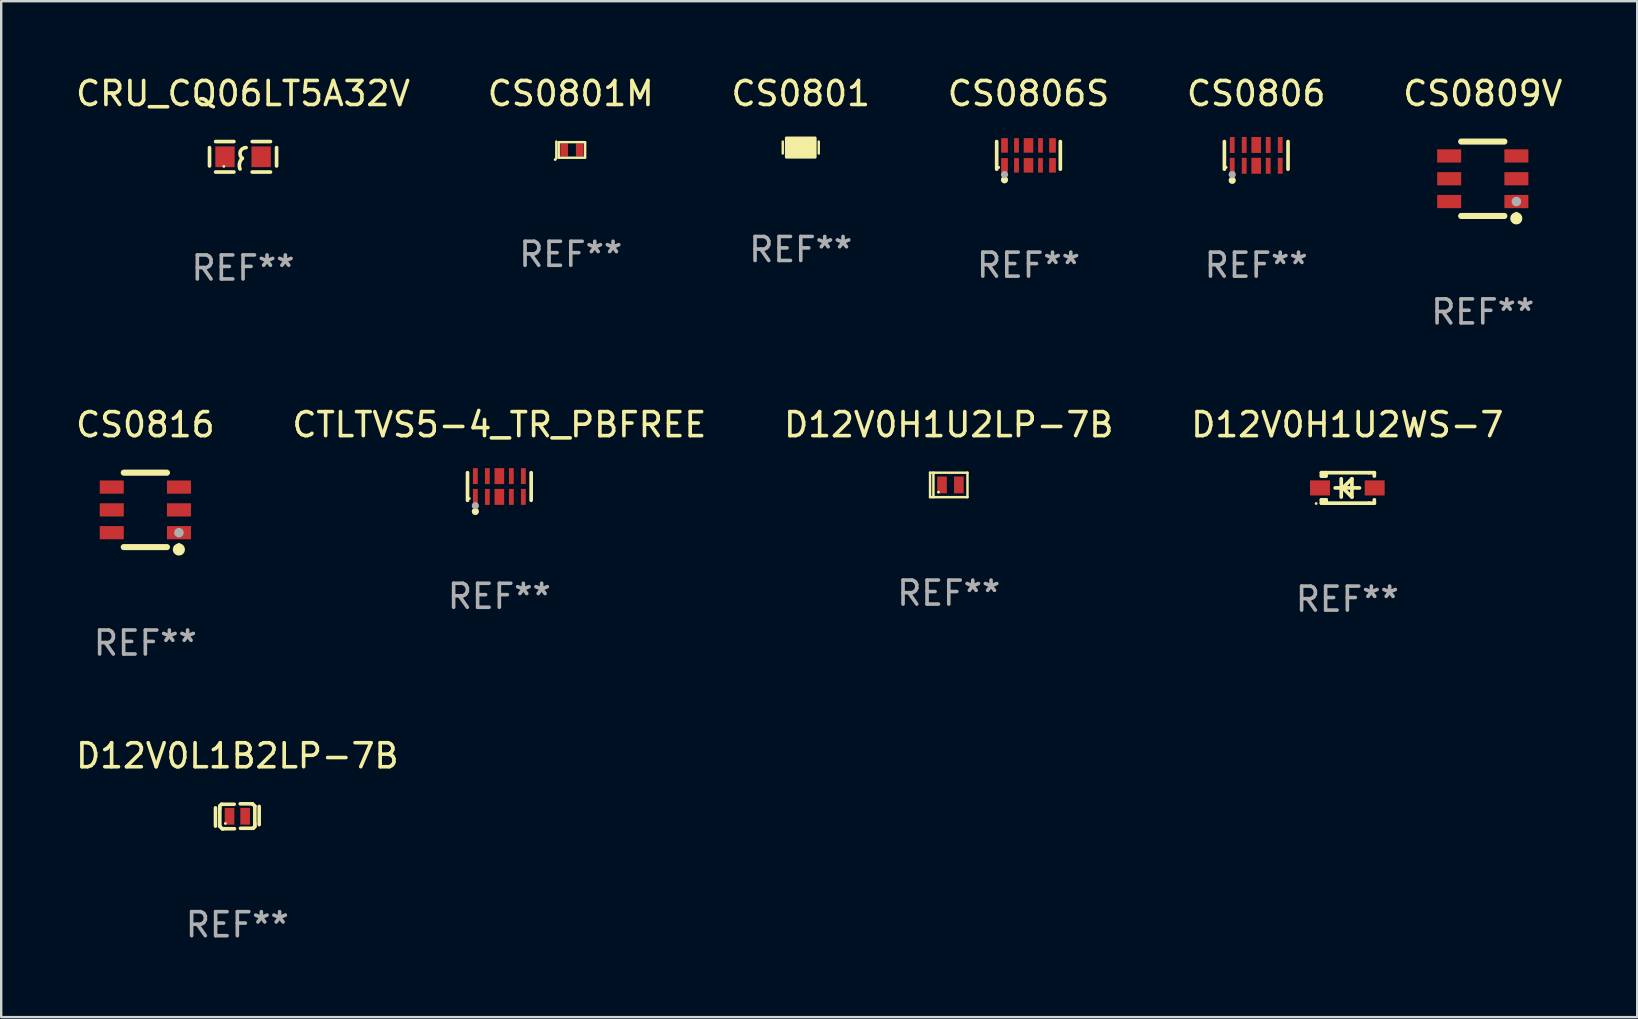
<source format=kicad_pcb>
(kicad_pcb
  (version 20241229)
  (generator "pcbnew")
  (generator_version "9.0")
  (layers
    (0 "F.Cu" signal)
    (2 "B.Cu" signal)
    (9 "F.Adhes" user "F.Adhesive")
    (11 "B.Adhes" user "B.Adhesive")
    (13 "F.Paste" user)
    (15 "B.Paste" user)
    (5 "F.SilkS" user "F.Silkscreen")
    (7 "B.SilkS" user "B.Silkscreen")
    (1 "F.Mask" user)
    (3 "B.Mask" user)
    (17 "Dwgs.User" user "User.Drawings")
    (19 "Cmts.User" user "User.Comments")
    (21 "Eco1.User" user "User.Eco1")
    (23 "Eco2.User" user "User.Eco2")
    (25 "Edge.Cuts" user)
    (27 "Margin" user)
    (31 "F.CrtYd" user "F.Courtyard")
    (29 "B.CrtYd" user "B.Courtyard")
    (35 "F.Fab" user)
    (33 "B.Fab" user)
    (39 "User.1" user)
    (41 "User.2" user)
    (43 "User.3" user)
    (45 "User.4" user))
  (footprint "CS0806S"
    (layer "F.Cu")
    (at 39.804 3.424)
    (property "Reference" "CS0806S" (at 0 -2.576 0) (layer "F.SilkS") (effects (font (size 1 1) (thickness 0.15))))
    (attr through_hole)
    (fp_line (start -1.326 0.576) (end -1.326 -0.576) (stroke (width 0.152) (type solid)) (layer "F.SilkS"))
    (fp_line (start 1.326 0.576) (end 1.326 -0.576) (stroke (width 0.152) (type solid)) (layer "F.SilkS"))
    (fp_circle (center -1.25 0.5) (end -1.22 0.5) (stroke (width 0.06) (type solid)) (fill no) (layer "F.SilkS"))
    (fp_circle (center -1.25 0.5) (end -1.22 0.5) (stroke (width 0.06) (type solid)) (fill no) (layer "F.SilkS"))
    (fp_circle (center -1 1.018) (end -0.925 1.018) (stroke (width 0.15) (type solid)) (fill no) (layer "F.SilkS"))
    (fp_circle (center -1 0.8) (end -0.925 0.8) (stroke (width 0.15) (type solid)) (fill no) (layer "F.Fab"))
    (fp_text user "REF**" (at 0 4.576 0) (layer "F.Fab") (effects (font (size 1 1) (thickness 0.15))))
    (pad "1" smd rect (at -1 0.415) (size 0.28 0.605) (layers "F.Cu" "F.Mask" "F.Paste"))
    (pad "2" smd rect (at -0.5 0.415) (size 0.2 0.605) (layers "F.Cu" "F.Mask" "F.Paste"))
    (pad "3" smd rect (at 0 0.415) (size 0.4 0.605) (layers "F.Cu" "F.Mask" "F.Paste"))
    (pad "4" smd rect (at 0.5 0.415) (size 0.2 0.605) (layers "F.Cu" "F.Mask" "F.Paste"))
    (pad "5" smd rect (at 1 0.415) (size 0.28 0.605) (layers "F.Cu" "F.Mask" "F.Paste"))
    (pad "6" smd rect (at 1 -0.415) (size 0.28 0.605) (layers "F.Cu" "F.Mask" "F.Paste"))
    (pad "7" smd rect (at 0.5 -0.415) (size 0.2 0.605) (layers "F.Cu" "F.Mask" "F.Paste"))
    (pad "8" smd rect (at 0 -0.415) (size 0.4 0.605) (layers "F.Cu" "F.Mask" "F.Paste"))
    (pad "9" smd rect (at -0.5 -0.415) (size 0.2 0.605) (layers "F.Cu" "F.Mask" "F.Paste"))
    (pad "10" smd rect (at -1 -0.415) (size 0.28 0.605) (layers "F.Cu" "F.Mask" "F.Paste")))
  (footprint "CRU_CQ06LT5A32V"
    (layer "F.Cu")
    (at 7.077 3.483)
    (property "Reference" "CRU_CQ06LT5A32V" (at 0 -2.635 0) (layer "F.SilkS") (effects (font (size 1 1) (thickness 0.15))))
    (attr through_hole)
    (fp_line (start -1.397 -0.381) (end -1.397 0.381) (stroke (width 0.152) (type solid)) (layer "F.SilkS"))
    (fp_line (start -0.381 -0.635) (end -1.143 -0.635) (stroke (width 0.152) (type solid)) (layer "F.SilkS"))
    (fp_line (start -0.381 0.635) (end -1.143 0.635) (stroke (width 0.152) (type solid)) (layer "F.SilkS"))
    (fp_line (start 0.381 -0.635) (end 1.143 -0.635) (stroke (width 0.152) (type solid)) (layer "F.SilkS"))
    (fp_line (start 0.381 0.635) (end 1.143 0.635) (stroke (width 0.152) (type solid)) (layer "F.SilkS"))
    (fp_line (start 1.397 -0.381) (end 1.397 0.381) (stroke (width 0.152) (type solid)) (layer "F.SilkS"))
    (fp_arc (start -0.127 0.508001) (mid -0.146523 0.271131) (end -0.030861 0.0635) (stroke (width 0.151994) (type solid)) (layer "F.SilkS"))
    (fp_arc (start -0.03175 0.0635) (mid -0.113571 -0.216321) (end 0.127001 -0.381002) (stroke (width 0.151994) (type solid)) (layer "F.SilkS"))
    (fp_circle (center -0.8 0.4) (end -0.77 0.4) (stroke (width 0.06) (type solid)) (fill no) (layer "F.SilkS"))
    (fp_text user "REF**" (at 0 4.635 0) (layer "F.Fab") (effects (font (size 1 1) (thickness 0.15))))
    (pad "1" smd rect (at -0.753 0) (size 0.806 0.864) (layers "F.Cu" "F.Mask" "F.Paste"))
    (pad "2" smd rect (at 0.753 0) (size 0.806 0.864) (layers "F.Cu" "F.Mask" "F.Paste")))
  (footprint "CS0801"
    (layer "F.Cu")
    (at 30.315 3.098)
    (property "Reference" "CS0801" (at 0 -2.25 0) (layer "F.SilkS") (effects (font (size 1 1) (thickness 0.15))))
    (attr through_hole)
    (fp_line (start -0.75 0.25) (end -0.75 -0.25) (stroke (width 0.1) (type solid)) (layer "F.SilkS"))
    (fp_line (start 0.75 -0.25) (end 0.75 0.25) (stroke (width 0.1) (type solid)) (layer "F.SilkS"))
    (fp_circle (center -0.5 0.3) (end -0.47 0.3) (stroke (width 0.06) (type solid)) (fill no) (layer "F.SilkS"))
    (fp_poly (pts (xy -0.6 -0.4) (xy 0.6 -0.4) (xy 0.6 0.4) (xy -0.6 0.4)) (stroke (width 0.12) (type solid)) (fill yes) (layer "F.SilkS"))
    (fp_text user "REF**" (at 0 4.25 0) (layer "F.Fab") (effects (font (size 1 1) (thickness 0.15))))
    (pad "1" smd rect (at -0.325 -0.000013) (size 0.3 0.6) (layers "F.Cu" "F.Mask" "F.Paste"))
    (pad "2" smd rect (at 0.325 -0.000013) (size 0.3 0.6) (layers "F.Cu" "F.Mask" "F.Paste")))
  (footprint "CS0809V"
    (layer "F.Cu")
    (at 58.732 4.398)
    (property "Reference" "CS0809V" (at 0 -3.55 0) (layer "F.SilkS") (effects (font (size 1 1) (thickness 0.15))))
    (attr through_hole)
    (fp_line (start -0.9 -1.55) (end 0.9 -1.55) (stroke (width 0.254) (type solid)) (layer "F.SilkS"))
    (fp_line (start -0.9 1.55) (end 0.9 1.55) (stroke (width 0.254) (type solid)) (layer "F.SilkS"))
    (fp_circle (center 1.397 1.651) (end 1.524 1.651) (stroke (width 0.254) (type solid)) (fill no) (layer "F.SilkS"))
    (fp_circle (center 1.4 1.435) (end 1.43 1.435) (stroke (width 0.06) (type solid)) (fill no) (layer "F.SilkS"))
    (fp_circle (center 1.4 0.95) (end 1.5 0.95) (stroke (width 0.2) (type solid)) (fill no) (layer "F.Fab"))
    (fp_text user "REF**" (at 0 5.55 0) (layer "F.Fab") (effects (font (size 1 1) (thickness 0.15))))
    (pad "1" smd rect (at 1.4 0.95) (size 1 0.55) (layers "F.Cu" "F.Mask" "F.Paste"))
    (pad "2" smd rect (at 1.4 -0.000102) (size 1 0.55) (layers "F.Cu" "F.Mask" "F.Paste"))
    (pad "3" smd rect (at 1.4 -0.95) (size 1 0.55) (layers "F.Cu" "F.Mask" "F.Paste"))
    (pad "4" smd rect (at -1.4 -0.95) (size 1 0.55) (layers "F.Cu" "F.Mask" "F.Paste"))
    (pad "5" smd rect (at -1.4 -0.000102) (size 1 0.55) (layers "F.Cu" "F.Mask" "F.Paste"))
    (pad "6" smd rect (at -1.4 0.95) (size 1 0.55) (layers "F.Cu" "F.Mask" "F.Paste")))
  (footprint "D12V0H1U2LP-7B"
    (layer "F.Cu")
    (at 36.482 17.155)
    (property "Reference" "D12V0H1U2LP-7B" (at 0 -2.51 0) (layer "F.SilkS") (effects (font (size 1 1) (thickness 0.15))))
    (attr through_hole)
    (fp_line (start -0.78 -0.51) (end -0.78 0.51) (stroke (width 0.102) (type solid)) (layer "F.SilkS"))
    (fp_line (start -0.78 -0.51) (end 0.78 -0.51) (stroke (width 0.102) (type solid)) (layer "F.SilkS"))
    (fp_line (start -0.78 0.51) (end 0.78 0.51) (stroke (width 0.102) (type solid)) (layer "F.SilkS"))
    (fp_line (start -0.64 -0.51) (end -0.64 0.51) (stroke (width 0.102) (type solid)) (layer "F.SilkS"))
    (fp_line (start 0.78 -0.51) (end 0.78 0.51) (stroke (width 0.102) (type solid)) (layer "F.SilkS"))
    (fp_circle (center -0.43 0.3) (end -0.4 0.3) (stroke (width 0.06) (type solid)) (fill no) (layer "F.SilkS"))
    (fp_text user "REF**" (at 0 4.51 0) (layer "F.Fab") (effects (font (size 1 1) (thickness 0.15))))
    (pad "1" smd rect (at -0.28 0) (size 0.4 0.7) (layers "F.Cu" "F.Mask" "F.Paste"))
    (pad "2" smd rect (at 0.42 0) (size 0.4 0.7) (layers "F.Cu" "F.Mask" "F.Paste")))
  (footprint "D12V0L1B2LP-7B"
    (layer "F.Cu")
    (at 6.839 30.961)
    (property "Reference" "D12V0L1B2LP-7B" (at 0 -2.52 0) (layer "F.SilkS") (effects (font (size 1 1) (thickness 0.15))))
    (attr through_hole)
    (fp_line (start -0.91 0.41) (end -0.91 -0.35) (stroke (width 0.15) (type solid)) (layer "F.SilkS"))
    (fp_line (start -0.73 -0.43) (end -0.66 -0.5) (stroke (width 0.15) (type solid)) (layer "F.SilkS"))
    (fp_line (start -0.73 -0.32) (end -0.73 -0.43) (stroke (width 0.15) (type solid)) (layer "F.SilkS"))
    (fp_line (start -0.73 0.42) (end -0.73 -0.32) (stroke (width 0.15) (type solid)) (layer "F.SilkS"))
    (fp_line (start -0.66 -0.5) (end -0.13 -0.5) (stroke (width 0.15) (type solid)) (layer "F.SilkS"))
    (fp_line (start -0.63 0.52) (end -0.73 0.42) (stroke (width 0.15) (type solid)) (layer "F.SilkS"))
    (fp_line (start -0.6 0.52) (end -0.63 0.52) (stroke (width 0.15) (type solid)) (layer "F.SilkS"))
    (fp_line (start -0.12 0.52) (end -0.6 0.52) (stroke (width 0.15) (type solid)) (layer "F.SilkS"))
    (fp_line (start 0.12 -0.52) (end 0.6 -0.52) (stroke (width 0.15) (type solid)) (layer "F.SilkS"))
    (fp_line (start 0.6 -0.52) (end 0.63 -0.52) (stroke (width 0.15) (type solid)) (layer "F.SilkS"))
    (fp_line (start 0.63 -0.52) (end 0.73 -0.42) (stroke (width 0.15) (type solid)) (layer "F.SilkS"))
    (fp_line (start 0.66 0.5) (end 0.13 0.5) (stroke (width 0.15) (type solid)) (layer "F.SilkS"))
    (fp_line (start 0.73 -0.42) (end 0.73 0.32) (stroke (width 0.15) (type solid)) (layer "F.SilkS"))
    (fp_line (start 0.73 0.32) (end 0.73 0.43) (stroke (width 0.15) (type solid)) (layer "F.SilkS"))
    (fp_line (start 0.73 0.43) (end 0.66 0.5) (stroke (width 0.15) (type solid)) (layer "F.SilkS"))
    (fp_line (start 0.91 -0.41) (end 0.91 0.35) (stroke (width 0.15) (type solid)) (layer "F.SilkS"))
    (fp_circle (center -0.5 0.3) (end -0.47 0.3) (stroke (width 0.06) (type solid)) (fill no) (layer "F.SilkS"))
    (fp_text user "REF**" (at 0 4.52 0) (layer "F.Fab") (effects (font (size 1 1) (thickness 0.15))))
    (pad "1" smd rect (at -0.325 0.000013) (size 0.4 0.7) (layers "F.Cu" "F.Mask" "F.Paste"))
    (pad "2" smd rect (at 0.325 0.000013) (size 0.4 0.7) (layers "F.Cu" "F.Mask" "F.Paste")))
  (footprint "CS0801M"
    (layer "F.Cu")
    (at 20.732 3.198)
    (property "Reference" "CS0801M" (at 0 -2.35 0) (layer "F.SilkS") (effects (font (size 1 1) (thickness 0.15))))
    (attr through_hole)
    (fp_line (start -0.601 -0.35) (end -0.601 0.35) (stroke (width 0.102) (type solid)) (layer "F.SilkS"))
    (fp_line (start -0.501 -0.325) (end 0.599 -0.325) (stroke (width 0.1) (type solid)) (layer "F.SilkS"))
    (fp_line (start -0.501 0.3) (end -0.502 -0.31) (stroke (width 0.1) (type solid)) (layer "F.SilkS"))
    (fp_line (start 0.599 0.325) (end -0.501 0.325) (stroke (width 0.1) (type solid)) (layer "F.SilkS"))
    (fp_line (start 0.599 0.3) (end 0.601 -0.31) (stroke (width 0.1) (type solid)) (layer "F.SilkS"))
    (fp_circle (center -0.651 0.401) (end -0.621 0.401) (stroke (width 0.06) (type solid)) (fill no) (layer "F.SilkS"))
    (fp_text user "REF**" (at 0 4.35 0) (layer "F.Fab") (effects (font (size 1 1) (thickness 0.15))))
    (pad "1" smd rect (at -0.275 -0.000013) (size 0.32 0.55) (layers "F.Cu" "F.Mask" "F.Paste"))
    (pad "2" smd rect (at 0.375 -0.000013) (size 0.32 0.55) (layers "F.Cu" "F.Mask" "F.Paste")))
  (footprint "CTLTVS5-4_TR_PBFREE"
    (layer "F.Cu")
    (at 17.756 17.221)
    (property "Reference" "CTLTVS5-4_TR_PBFREE" (at 0 -2.576 0) (layer "F.SilkS") (effects (font (size 1 1) (thickness 0.15))))
    (attr through_hole)
    (fp_line (start -1.326 0.576) (end -1.326 -0.576) (stroke (width 0.152) (type solid)) (layer "F.SilkS"))
    (fp_line (start 1.326 0.576) (end 1.326 -0.576) (stroke (width 0.152) (type solid)) (layer "F.SilkS"))
    (fp_circle (center -1.25 0.5) (end -1.22 0.5) (stroke (width 0.06) (type solid)) (fill no) (layer "F.SilkS"))
    (fp_circle (center -1 1.04) (end -0.925 1.04) (stroke (width 0.15) (type solid)) (fill no) (layer "F.SilkS"))
    (fp_circle (center -1 0.8) (end -0.925 0.8) (stroke (width 0.15) (type solid)) (fill no) (layer "F.Fab"))
    (fp_text user "REF**" (at 0 4.576 0) (layer "F.Fab") (effects (font (size 1 1) (thickness 0.15))))
    (pad "1" smd rect (at -1 0.433) (size 0.2 0.665) (layers "F.Cu" "F.Mask" "F.Paste"))
    (pad "2" smd rect (at -0.5 0.433) (size 0.2 0.665) (layers "F.Cu" "F.Mask" "F.Paste"))
    (pad "3" smd rect (at 0 0.433) (size 0.4 0.665) (layers "F.Cu" "F.Mask" "F.Paste"))
    (pad "4" smd rect (at 0.5 0.433) (size 0.2 0.665) (layers "F.Cu" "F.Mask" "F.Paste"))
    (pad "5" smd rect (at 1 0.433) (size 0.2 0.665) (layers "F.Cu" "F.Mask" "F.Paste"))
    (pad "6" smd rect (at 1 -0.433) (size 0.2 0.665) (layers "F.Cu" "F.Mask" "F.Paste"))
    (pad "7" smd rect (at 0.5 -0.433) (size 0.2 0.665) (layers "F.Cu" "F.Mask" "F.Paste"))
    (pad "8" smd rect (at 0 -0.433) (size 0.4 0.665) (layers "F.Cu" "F.Mask" "F.Paste"))
    (pad "9" smd rect (at -0.5 -0.433) (size 0.2 0.665) (layers "F.Cu" "F.Mask" "F.Paste"))
    (pad "10" smd rect (at -1 -0.433) (size 0.2 0.665) (layers "F.Cu" "F.Mask" "F.Paste")))
  (footprint "CS0816"
    (layer "F.Cu")
    (at 3.006 18.195)
    (property "Reference" "CS0816" (at 0 -3.55 0) (layer "F.SilkS") (effects (font (size 1 1) (thickness 0.15))))
    (attr through_hole)
    (fp_line (start -0.9 -1.55) (end 0.9 -1.55) (stroke (width 0.254) (type solid)) (layer "F.SilkS"))
    (fp_line (start -0.9 1.55) (end 0.9 1.55) (stroke (width 0.254) (type solid)) (layer "F.SilkS"))
    (fp_circle (center 1.397 1.651) (end 1.524 1.651) (stroke (width 0.254) (type solid)) (fill no) (layer "F.SilkS"))
    (fp_circle (center 1.4 1.435) (end 1.43 1.435) (stroke (width 0.06) (type solid)) (fill no) (layer "F.SilkS"))
    (fp_circle (center 1.4 0.95) (end 1.5 0.95) (stroke (width 0.2) (type solid)) (fill no) (layer "F.Fab"))
    (fp_text user "REF**" (at 0 5.55 0) (layer "F.Fab") (effects (font (size 1 1) (thickness 0.15))))
    (pad "1" smd rect (at 1.4 0.95) (size 1 0.55) (layers "F.Cu" "F.Mask" "F.Paste"))
    (pad "2" smd rect (at 1.4 -0.000102) (size 1 0.55) (layers "F.Cu" "F.Mask" "F.Paste"))
    (pad "3" smd rect (at 1.4 -0.95) (size 1 0.55) (layers "F.Cu" "F.Mask" "F.Paste"))
    (pad "4" smd rect (at -1.4 -0.95) (size 1 0.55) (layers "F.Cu" "F.Mask" "F.Paste"))
    (pad "5" smd rect (at -1.4 -0.000102) (size 1 0.55) (layers "F.Cu" "F.Mask" "F.Paste"))
    (pad "6" smd rect (at -1.4 0.95) (size 1 0.55) (layers "F.Cu" "F.Mask" "F.Paste")))
  (footprint "D12V0H1U2WS-7"
    (layer "F.Cu")
    (at 53.089 17.28)
    (property "Reference" "D12V0H1U2WS-7" (at 0 -2.635 0) (layer "F.SilkS") (effects (font (size 1 1) (thickness 0.15))))
    (attr through_hole)
    (fp_line (start -1.08 -0.635) (end -1.08 -0.495) (stroke (width 0.152) (type solid)) (layer "F.SilkS"))
    (fp_line (start -1.08 0.495) (end -1.08 0.635) (stroke (width 0.152) (type solid)) (layer "F.SilkS"))
    (fp_line (start -1.08 0.495) (end -0.889 0.495) (stroke (width 0.152) (type solid)) (layer "F.SilkS"))
    (fp_line (start -1.08 0.635) (end -0.889 0.635) (stroke (width 0.152) (type solid)) (layer "F.SilkS"))
    (fp_line (start -1.003 0.635) (end -0.986 0.635) (stroke (width 0.152) (type solid)) (layer "F.SilkS"))
    (fp_line (start -0.986 -0.495) (end -0.986 -0.635) (stroke (width 0.152) (type solid)) (layer "F.SilkS"))
    (fp_line (start -0.986 0.635) (end -0.986 0.495) (stroke (width 0.152) (type solid)) (layer "F.SilkS"))
    (fp_line (start -0.889 -0.635) (end -1.08 -0.635) (stroke (width 0.152) (type solid)) (layer "F.SilkS"))
    (fp_line (start -0.889 -0.635) (end -0.889 -0.595) (stroke (width 0.152) (type solid)) (layer "F.SilkS"))
    (fp_line (start -0.889 -0.635) (end 0.889 -0.635) (stroke (width 0.152) (type solid)) (layer "F.SilkS"))
    (fp_line (start -0.889 -0.595) (end -0.889 -0.495) (stroke (width 0.152) (type solid)) (layer "F.SilkS"))
    (fp_line (start -0.889 -0.495) (end -1.08 -0.495) (stroke (width 0.152) (type solid)) (layer "F.SilkS"))
    (fp_line (start -0.889 0.495) (end -0.889 0.595) (stroke (width 0.152) (type solid)) (layer "F.SilkS"))
    (fp_line (start -0.889 0.495) (end -0.889 0.495) (stroke (width 0.152) (type solid)) (layer "F.SilkS"))
    (fp_line (start -0.889 0.595) (end -0.889 0.635) (stroke (width 0.152) (type solid)) (layer "F.SilkS"))
    (fp_line (start -0.889 0.635) (end 0.889 0.635) (stroke (width 0.152) (type solid)) (layer "F.SilkS"))
    (fp_line (start -0.254 -0.381) (end -0.254 0.381) (stroke (width 0.152) (type solid)) (layer "F.SilkS"))
    (fp_line (start -0.191 0) (end -0.191 0) (stroke (width 0.152) (type solid)) (layer "F.SilkS"))
    (fp_line (start -0.191 0) (end 0.191 -0.381) (stroke (width 0.152) (type solid)) (layer "F.SilkS"))
    (fp_line (start 0.191 -0.381) (end 0.191 0.381) (stroke (width 0.152) (type solid)) (layer "F.SilkS"))
    (fp_line (start 0.191 0.381) (end -0.191 0) (stroke (width 0.152) (type solid)) (layer "F.SilkS"))
    (fp_line (start 0.508 0) (end -0.508 0) (stroke (width 0.152) (type solid)) (layer "F.SilkS"))
    (fp_line (start 0.889 -0.635) (end 1.125 -0.635) (stroke (width 0.152) (type solid)) (layer "F.SilkS"))
    (fp_line (start 1.125 -0.635) (end 1.125 -0.495) (stroke (width 0.152) (type solid)) (layer "F.SilkS"))
    (fp_line (start 1.125 0.495) (end 1.125 0.635) (stroke (width 0.152) (type solid)) (layer "F.SilkS"))
    (fp_line (start 1.125 0.635) (end 0.889 0.635) (stroke (width 0.152) (type solid)) (layer "F.SilkS"))
    (fp_circle (center -1.3 0.65) (end -1.27 0.65) (stroke (width 0.06) (type solid)) (fill no) (layer "F.SilkS"))
    (fp_text user "REF**" (at 0 4.635 0) (layer "F.Fab") (effects (font (size 1 1) (thickness 0.15))))
    (pad "1" smd rect (at -1.14 0 90) (size 0.63 0.83) (layers "F.Cu" "F.Mask" "F.Paste"))
    (pad "2" smd rect (at 1.14 0 90) (size 0.63 0.83) (layers "F.Cu" "F.Mask" "F.Paste")))
  (footprint "CS0806"
    (layer "F.Cu")
    (at 49.292 3.424)
    (property "Reference" "CS0806" (at 0 -2.576 0) (layer "F.SilkS") (effects (font (size 1 1) (thickness 0.15))))
    (attr through_hole)
    (fp_line (start -1.326 0.576) (end -1.326 -0.576) (stroke (width 0.152) (type solid)) (layer "F.SilkS"))
    (fp_line (start 1.326 0.576) (end 1.326 -0.576) (stroke (width 0.152) (type solid)) (layer "F.SilkS"))
    (fp_circle (center -1.25 0.5) (end -1.22 0.5) (stroke (width 0.06) (type solid)) (fill no) (layer "F.SilkS"))
    (fp_circle (center -1 1.04) (end -0.925 1.04) (stroke (width 0.15) (type solid)) (fill no) (layer "F.SilkS"))
    (fp_circle (center -1 0.8) (end -0.925 0.8) (stroke (width 0.15) (type solid)) (fill no) (layer "F.Fab"))
    (fp_text user "REF**" (at 0 4.576 0) (layer "F.Fab") (effects (font (size 1 1) (thickness 0.15))))
    (pad "1" smd rect (at -1 0.433) (size 0.2 0.665) (layers "F.Cu" "F.Mask" "F.Paste"))
    (pad "2" smd rect (at -0.5 0.433) (size 0.2 0.665) (layers "F.Cu" "F.Mask" "F.Paste"))
    (pad "3" smd rect (at 0 0.433) (size 0.4 0.665) (layers "F.Cu" "F.Mask" "F.Paste"))
    (pad "4" smd rect (at 0.5 0.433) (size 0.2 0.665) (layers "F.Cu" "F.Mask" "F.Paste"))
    (pad "5" smd rect (at 1 0.433) (size 0.2 0.665) (layers "F.Cu" "F.Mask" "F.Paste"))
    (pad "6" smd rect (at 1 -0.433) (size 0.2 0.665) (layers "F.Cu" "F.Mask" "F.Paste"))
    (pad "7" smd rect (at 0.5 -0.433) (size 0.2 0.665) (layers "F.Cu" "F.Mask" "F.Paste"))
    (pad "8" smd rect (at 0 -0.433) (size 0.4 0.665) (layers "F.Cu" "F.Mask" "F.Paste"))
    (pad "9" smd rect (at -0.5 -0.433) (size 0.2 0.665) (layers "F.Cu" "F.Mask" "F.Paste"))
    (pad "10" smd rect (at -1 -0.433) (size 0.2 0.665) (layers "F.Cu" "F.Mask" "F.Paste")))
  (gr_rect
    (start -3 -3)
    (end 65.167 39.33)
    (stroke (width 0.1) (type default))
    (fill no)
    (layer "Edge.Cuts")))
</source>
